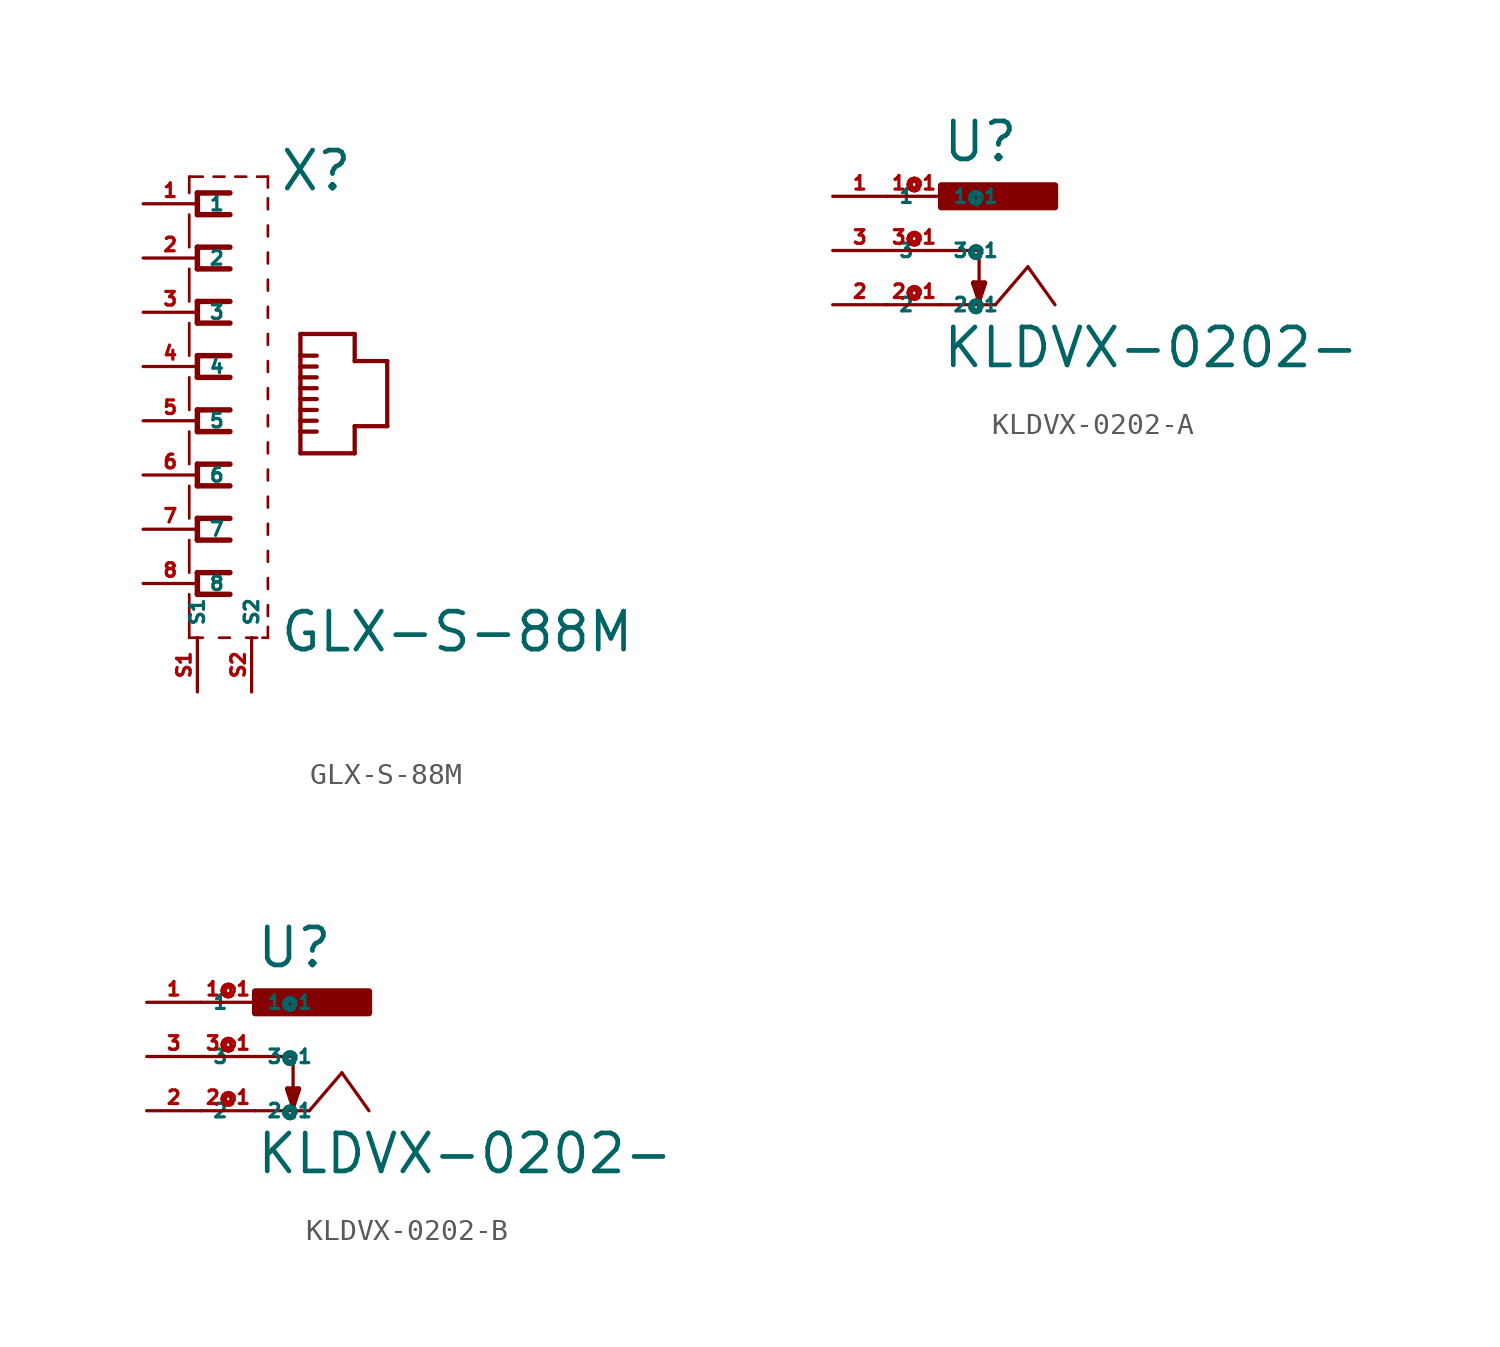
<source format=kicad_sym>
(kicad_symbol_lib
  (version 20220914)
  (generator Eagle2Kicad)
  (symbol "GLX-S-88M"
    (property "Reference" "X"
      (at 3.81 10.668 0)
      (effects (font (size 1.778 1.778) (thickness 0.22)) (justify left bottom)))
    (property "Value" "GLX-S-88M"
      (at 3.81 -10.922 0)
      (effects (font (size 1.778 1.778) (thickness 0.22)) (justify left bottom)))
    (polyline
      (pts (xy 1.524 10.668) (xy 0 10.668))
      (stroke (width 0.254) (type default))
      (fill (type none)))
    (polyline
      (pts (xy 0 10.668) (xy 0 9.652))
      (stroke (width 0.254) (type default))
      (fill (type none)))
    (polyline
      (pts (xy 0 9.652) (xy 1.524 9.652))
      (stroke (width 0.254) (type default))
      (fill (type none)))
    (polyline
      (pts (xy 1.524 8.128) (xy 0 8.128))
      (stroke (width 0.254) (type default))
      (fill (type none)))
    (polyline
      (pts (xy 0 8.128) (xy 0 7.112))
      (stroke (width 0.254) (type default))
      (fill (type none)))
    (polyline
      (pts (xy 0 7.112) (xy 1.524 7.112))
      (stroke (width 0.254) (type default))
      (fill (type none)))
    (polyline
      (pts (xy 1.524 5.588) (xy 0 5.588))
      (stroke (width 0.254) (type default))
      (fill (type none)))
    (polyline
      (pts (xy 0 5.588) (xy 0 4.572))
      (stroke (width 0.254) (type default))
      (fill (type none)))
    (polyline
      (pts (xy 0 4.572) (xy 1.524 4.572))
      (stroke (width 0.254) (type default))
      (fill (type none)))
    (polyline
      (pts (xy 1.524 3.048) (xy 0 3.048))
      (stroke (width 0.254) (type default))
      (fill (type none)))
    (polyline
      (pts (xy 0 3.048) (xy 0 2.032))
      (stroke (width 0.254) (type default))
      (fill (type none)))
    (polyline
      (pts (xy 0 2.032) (xy 1.524 2.032))
      (stroke (width 0.254) (type default))
      (fill (type none)))
    (polyline
      (pts (xy 1.524 0.508) (xy 0 0.508))
      (stroke (width 0.254) (type default))
      (fill (type none)))
    (polyline
      (pts (xy 0 0.508) (xy 0 -0.508))
      (stroke (width 0.254) (type default))
      (fill (type none)))
    (polyline
      (pts (xy 0 -0.508) (xy 1.524 -0.508))
      (stroke (width 0.254) (type default))
      (fill (type none)))
    (polyline
      (pts (xy 1.524 -2.032) (xy 0 -2.032))
      (stroke (width 0.254) (type default))
      (fill (type none)))
    (polyline
      (pts (xy 0 -2.032) (xy 0 -3.048))
      (stroke (width 0.254) (type default))
      (fill (type none)))
    (polyline
      (pts (xy 0 -3.048) (xy 1.524 -3.048))
      (stroke (width 0.254) (type default))
      (fill (type none)))
    (polyline
      (pts (xy 1.524 -4.572) (xy 0 -4.572))
      (stroke (width 0.254) (type default))
      (fill (type none)))
    (polyline
      (pts (xy 0 -4.572) (xy 0 -5.588))
      (stroke (width 0.254) (type default))
      (fill (type none)))
    (polyline
      (pts (xy 0 -5.588) (xy 1.524 -5.588))
      (stroke (width 0.254) (type default))
      (fill (type none)))
    (polyline
      (pts (xy 1.524 -7.112) (xy 0 -7.112))
      (stroke (width 0.254) (type default))
      (fill (type none)))
    (polyline
      (pts (xy 0 -7.112) (xy 0 -8.128))
      (stroke (width 0.254) (type default))
      (fill (type none)))
    (polyline
      (pts (xy 0 -8.128) (xy 1.524 -8.128))
      (stroke (width 0.254) (type default))
      (fill (type none)))
    (polyline
      (pts (xy -0.381 -10.16) (xy 0.254 -10.16))
      (stroke (width 0.127) (type default))
      (fill (type none)))
    (polyline
      (pts (xy 1.016 -10.16) (xy 1.524 -10.16))
      (stroke (width 0.127) (type default))
      (fill (type none)))
    (polyline
      (pts (xy 2.286 -10.16) (xy 2.794 -10.16))
      (stroke (width 0.127) (type default))
      (fill (type none)))
    (polyline
      (pts (xy 3.048 -10.16) (xy 3.302 -10.16))
      (stroke (width 0.127) (type default))
      (fill (type none)))
    (polyline
      (pts (xy 3.302 -10.16) (xy 3.302 -9.652))
      (stroke (width 0.127) (type default))
      (fill (type none)))
    (polyline
      (pts (xy 3.302 9.906) (xy 3.302 10.414))
      (stroke (width 0.127) (type default))
      (fill (type none)))
    (polyline
      (pts (xy 3.302 10.922) (xy 3.302 11.43))
      (stroke (width 0.127) (type default))
      (fill (type none)))
    (polyline
      (pts (xy 3.302 11.43) (xy 2.794 11.43))
      (stroke (width 0.127) (type default))
      (fill (type none)))
    (polyline
      (pts (xy 2.286 11.43) (xy 1.778 11.43))
      (stroke (width 0.127) (type default))
      (fill (type none)))
    (polyline
      (pts (xy 1.27 11.43) (xy 0.762 11.43))
      (stroke (width 0.127) (type default))
      (fill (type none)))
    (polyline
      (pts (xy 0.254 11.43) (xy -0.381 11.43))
      (stroke (width 0.127) (type default))
      (fill (type none)))
    (polyline
      (pts (xy -0.381 11.43) (xy -0.381 10.668))
      (stroke (width 0.127) (type default))
      (fill (type none)))
    (polyline
      (pts (xy -0.381 9.652) (xy -0.381 8.128))
      (stroke (width 0.127) (type default))
      (fill (type none)))
    (polyline
      (pts (xy -0.381 7.112) (xy -0.381 5.588))
      (stroke (width 0.127) (type default))
      (fill (type none)))
    (polyline
      (pts (xy -0.381 4.572) (xy -0.381 3.048))
      (stroke (width 0.127) (type default))
      (fill (type none)))
    (polyline
      (pts (xy -0.381 2.032) (xy -0.381 0.508))
      (stroke (width 0.127) (type default))
      (fill (type none)))
    (polyline
      (pts (xy -0.381 -0.508) (xy -0.381 -2.032))
      (stroke (width 0.127) (type default))
      (fill (type none)))
    (polyline
      (pts (xy -0.381 -3.048) (xy -0.381 -4.572))
      (stroke (width 0.127) (type default))
      (fill (type none)))
    (polyline
      (pts (xy -0.381 -5.588) (xy -0.381 -7.112))
      (stroke (width 0.127) (type default))
      (fill (type none)))
    (polyline
      (pts (xy -0.381 -8.128) (xy -0.381 -10.16))
      (stroke (width 0.127) (type default))
      (fill (type none)))
    (polyline
      (pts (xy 4.826 4.064) (xy 4.826 3.048))
      (stroke (width 0.2) (type default))
      (fill (type none)))
    (polyline
      (pts (xy 4.826 3.048) (xy 4.826 2.54))
      (stroke (width 0.2) (type default))
      (fill (type none)))
    (polyline
      (pts (xy 4.826 2.54) (xy 4.826 2.032))
      (stroke (width 0.2) (type default))
      (fill (type none)))
    (polyline
      (pts (xy 4.826 2.032) (xy 4.826 1.524))
      (stroke (width 0.2) (type default))
      (fill (type none)))
    (polyline
      (pts (xy 4.826 1.524) (xy 4.826 1.016))
      (stroke (width 0.2) (type default))
      (fill (type none)))
    (polyline
      (pts (xy 4.826 1.016) (xy 4.826 0.508))
      (stroke (width 0.2) (type default))
      (fill (type none)))
    (polyline
      (pts (xy 4.826 0.508) (xy 4.826 0))
      (stroke (width 0.2) (type default))
      (fill (type none)))
    (polyline
      (pts (xy 4.826 0) (xy 4.826 -0.508))
      (stroke (width 0.2) (type default))
      (fill (type none)))
    (polyline
      (pts (xy 4.826 -0.508) (xy 4.826 -1.524))
      (stroke (width 0.2) (type default))
      (fill (type none)))
    (polyline
      (pts (xy 4.826 -1.524) (xy 7.366 -1.524))
      (stroke (width 0.2) (type default))
      (fill (type none)))
    (polyline
      (pts (xy 7.366 -1.524) (xy 7.366 -0.254))
      (stroke (width 0.2) (type default))
      (fill (type none)))
    (polyline
      (pts (xy 7.366 -0.254) (xy 8.89 -0.254))
      (stroke (width 0.2) (type default))
      (fill (type none)))
    (polyline
      (pts (xy 8.89 -0.254) (xy 8.89 2.794))
      (stroke (width 0.2) (type default))
      (fill (type none)))
    (polyline
      (pts (xy 8.89 2.794) (xy 7.366 2.794))
      (stroke (width 0.2) (type default))
      (fill (type none)))
    (polyline
      (pts (xy 7.366 2.794) (xy 7.366 4.064))
      (stroke (width 0.2) (type default))
      (fill (type none)))
    (polyline
      (pts (xy 7.366 4.064) (xy 4.826 4.064))
      (stroke (width 0.2) (type default))
      (fill (type none)))
    (polyline
      (pts (xy 4.826 3.048) (xy 5.588 3.048))
      (stroke (width 0.2) (type default))
      (fill (type none)))
    (polyline
      (pts (xy 4.826 2.54) (xy 5.588 2.54))
      (stroke (width 0.2) (type default))
      (fill (type none)))
    (polyline
      (pts (xy 4.826 2.032) (xy 5.588 2.032))
      (stroke (width 0.2) (type default))
      (fill (type none)))
    (polyline
      (pts (xy 4.826 1.524) (xy 5.588 1.524))
      (stroke (width 0.2) (type default))
      (fill (type none)))
    (polyline
      (pts (xy 4.826 1.016) (xy 5.588 1.016))
      (stroke (width 0.2) (type default))
      (fill (type none)))
    (polyline
      (pts (xy 4.826 0.508) (xy 5.588 0.508))
      (stroke (width 0.2) (type default))
      (fill (type none)))
    (polyline
      (pts (xy 4.826 0) (xy 5.588 0))
      (stroke (width 0.2) (type default))
      (fill (type none)))
    (polyline
      (pts (xy 4.826 -0.508) (xy 5.588 -0.508))
      (stroke (width 0.2) (type default))
      (fill (type none)))
    (polyline
      (pts (xy 3.302 8.636) (xy 3.302 9.144))
      (stroke (width 0.127) (type default))
      (fill (type none)))
    (polyline
      (pts (xy 3.302 7.366) (xy 3.302 7.874))
      (stroke (width 0.127) (type default))
      (fill (type none)))
    (polyline
      (pts (xy 3.302 6.096) (xy 3.302 6.604))
      (stroke (width 0.127) (type default))
      (fill (type none)))
    (polyline
      (pts (xy 3.302 4.826) (xy 3.302 5.334))
      (stroke (width 0.127) (type default))
      (fill (type none)))
    (polyline
      (pts (xy 3.302 3.556) (xy 3.302 4.064))
      (stroke (width 0.127) (type default))
      (fill (type none)))
    (polyline
      (pts (xy 3.302 2.286) (xy 3.302 2.794))
      (stroke (width 0.127) (type default))
      (fill (type none)))
    (polyline
      (pts (xy 3.302 1.016) (xy 3.302 1.524))
      (stroke (width 0.127) (type default))
      (fill (type none)))
    (polyline
      (pts (xy 3.302 -0.254) (xy 3.302 0.254))
      (stroke (width 0.127) (type default))
      (fill (type none)))
    (polyline
      (pts (xy 3.302 -1.524) (xy 3.302 -1.016))
      (stroke (width 0.127) (type default))
      (fill (type none)))
    (polyline
      (pts (xy 3.302 -2.794) (xy 3.302 -2.286))
      (stroke (width 0.127) (type default))
      (fill (type none)))
    (polyline
      (pts (xy 3.302 -4.064) (xy 3.302 -3.556))
      (stroke (width 0.127) (type default))
      (fill (type none)))
    (polyline
      (pts (xy 3.302 -5.334) (xy 3.302 -4.826))
      (stroke (width 0.127) (type default))
      (fill (type none)))
    (polyline
      (pts (xy 3.302 -6.604) (xy 3.302 -6.096))
      (stroke (width 0.127) (type default))
      (fill (type none)))
    (polyline
      (pts (xy 3.302 -7.874) (xy 3.302 -7.366))
      (stroke (width 0.127) (type default))
      (fill (type none)))
    (polyline
      (pts (xy 3.302 -9.144) (xy 3.302 -8.636))
      (stroke (width 0.127) (type default))
      (fill (type none)))
    (pin passive line
      (at -2.54 10.16 0)
      (length 2.54)
      (name "1" (effects (font (size 0.635 0.635) (thickness 0.08)) (justify left bottom)))
      (number "1" (effects (font (size 0.635 0.635) (thickness 0.08)) (justify left bottom))))
    (pin passive line
      (at -2.54 7.62 0)
      (length 2.54)
      (name "2" (effects (font (size 0.635 0.635) (thickness 0.08)) (justify left bottom)))
      (number "2" (effects (font (size 0.635 0.635) (thickness 0.08)) (justify left bottom))))
    (pin passive line
      (at -2.54 5.08 0)
      (length 2.54)
      (name "3" (effects (font (size 0.635 0.635) (thickness 0.08)) (justify left bottom)))
      (number "3" (effects (font (size 0.635 0.635) (thickness 0.08)) (justify left bottom))))
    (pin passive line
      (at -2.54 2.54 0)
      (length 2.54)
      (name "4" (effects (font (size 0.635 0.635) (thickness 0.08)) (justify left bottom)))
      (number "4" (effects (font (size 0.635 0.635) (thickness 0.08)) (justify left bottom))))
    (pin passive line
      (at -2.54 0 0)
      (length 2.54)
      (name "5" (effects (font (size 0.635 0.635) (thickness 0.08)) (justify left bottom)))
      (number "5" (effects (font (size 0.635 0.635) (thickness 0.08)) (justify left bottom))))
    (pin passive line
      (at -2.54 -2.54 0)
      (length 2.54)
      (name "6" (effects (font (size 0.635 0.635) (thickness 0.08)) (justify left bottom)))
      (number "6" (effects (font (size 0.635 0.635) (thickness 0.08)) (justify left bottom))))
    (pin passive line
      (at -2.54 -5.08 0)
      (length 2.54)
      (name "7" (effects (font (size 0.635 0.635) (thickness 0.08)) (justify left bottom)))
      (number "7" (effects (font (size 0.635 0.635) (thickness 0.08)) (justify left bottom))))
    (pin passive line
      (at -2.54 -7.62 0)
      (length 2.54)
      (name "8" (effects (font (size 0.635 0.635) (thickness 0.08)) (justify left bottom)))
      (number "8" (effects (font (size 0.635 0.635) (thickness 0.08)) (justify left bottom))))
    (pin passive line
      (at 2.54 -12.7 90)
      (length 2.54)
      (name "S2" (effects (font (size 0.635 0.635) (thickness 0.08)) (justify left bottom)))
      (number "S2" (effects (font (size 0.635 0.635) (thickness 0.08)) (justify left bottom))))
    (pin passive line
      (at 0 -12.7 90)
      (length 2.54)
      (name "S1" (effects (font (size 0.635 0.635) (thickness 0.08)) (justify left bottom)))
      (number "S1" (effects (font (size 0.635 0.635) (thickness 0.08)) (justify left bottom)))))
  (symbol "KLDVX-0202-A"
    (property "Reference" "U"
      (at -2.54 4.064 0)
      (effects (font (size 1.778 1.778) (thickness 0.22)) (justify left bottom)))
    (property "Value" "KLDVX-0202-"
      (at -2.54 -5.588 0)
      (effects (font (size 1.778 1.778) (thickness 0.22)) (justify left bottom)))
    (polyline
      (pts (xy -2.54 -2.54) (xy 0 -2.54))
      (stroke (width 0.152) (type default))
      (fill (type none)))
    (polyline
      (pts (xy 0 -2.54) (xy 1.524 -0.762))
      (stroke (width 0.152) (type default))
      (fill (type none)))
    (polyline
      (pts (xy 1.524 -0.762) (xy 2.794 -2.54))
      (stroke (width 0.152) (type default))
      (fill (type none)))
    (polyline
      (pts (xy -2.54 0) (xy -0.762 0))
      (stroke (width 0.152) (type default))
      (fill (type none)))
    (polyline
      (pts (xy -0.762 0) (xy -0.762 -2.286))
      (stroke (width 0.152) (type default))
      (fill (type none)))
    (polyline
      (pts (xy -0.762 -2.286) (xy -0.508 -1.524))
      (stroke (width 0.254) (type default))
      (fill (type none)))
    (polyline
      (pts (xy -0.508 -1.524) (xy -1.016 -1.524))
      (stroke (width 0.254) (type default))
      (fill (type none)))
    (polyline
      (pts (xy -1.016 -1.524) (xy -0.762 -2.286))
      (stroke (width 0.254) (type default))
      (fill (type none)))
    (rectangle
      (start -2.54 2.032)
      (end 2.794 3.048)
      (stroke (width 0.3) (type default))
      (fill (type outline)))
    (pin passive line
      (at -7.62 2.54 0)
      (length 2.54)
      (name "1" (effects (font (size 0.635 0.635) (thickness 0.08)) (justify left bottom)))
      (number "1" (effects (font (size 0.635 0.635) (thickness 0.08)) (justify left bottom))))
    (pin passive line
      (at -7.62 -2.54 0)
      (length 2.54)
      (name "2" (effects (font (size 0.635 0.635) (thickness 0.08)) (justify left bottom)))
      (number "2" (effects (font (size 0.635 0.635) (thickness 0.08)) (justify left bottom))))
    (pin passive line
      (at -7.62 0 0)
      (length 2.54)
      (name "3" (effects (font (size 0.635 0.635) (thickness 0.08)) (justify left bottom)))
      (number "3" (effects (font (size 0.635 0.635) (thickness 0.08)) (justify left bottom))))
    (pin passive line
      (at -5.08 2.54 0)
      (length 2.54)
      (name "1@1" (effects (font (size 0.635 0.635) (thickness 0.08)) (justify left bottom)))
      (number "1@1" (effects (font (size 0.635 0.635) (thickness 0.08)) (justify left bottom))))
    (pin passive line
      (at -5.08 0 0)
      (length 2.54)
      (name "3@1" (effects (font (size 0.635 0.635) (thickness 0.08)) (justify left bottom)))
      (number "3@1" (effects (font (size 0.635 0.635) (thickness 0.08)) (justify left bottom))))
    (pin passive line
      (at -5.08 -2.54 0)
      (length 2.54)
      (name "2@1" (effects (font (size 0.635 0.635) (thickness 0.08)) (justify left bottom)))
      (number "2@1" (effects (font (size 0.635 0.635) (thickness 0.08)) (justify left bottom)))))
  (symbol "KLDVX-0202-B"
    (property "Reference" "U"
      (at -2.54 4.064 0)
      (effects (font (size 1.778 1.778) (thickness 0.22)) (justify left bottom)))
    (property "Value" "KLDVX-0202-"
      (at -2.54 -5.588 0)
      (effects (font (size 1.778 1.778) (thickness 0.22)) (justify left bottom)))
    (polyline
      (pts (xy -2.54 -2.54) (xy 0 -2.54))
      (stroke (width 0.152) (type default))
      (fill (type none)))
    (polyline
      (pts (xy 0 -2.54) (xy 1.524 -0.762))
      (stroke (width 0.152) (type default))
      (fill (type none)))
    (polyline
      (pts (xy 1.524 -0.762) (xy 2.794 -2.54))
      (stroke (width 0.152) (type default))
      (fill (type none)))
    (polyline
      (pts (xy -2.54 0) (xy -0.762 0))
      (stroke (width 0.152) (type default))
      (fill (type none)))
    (polyline
      (pts (xy -0.762 0) (xy -0.762 -2.286))
      (stroke (width 0.152) (type default))
      (fill (type none)))
    (polyline
      (pts (xy -0.762 -2.286) (xy -0.508 -1.524))
      (stroke (width 0.254) (type default))
      (fill (type none)))
    (polyline
      (pts (xy -0.508 -1.524) (xy -1.016 -1.524))
      (stroke (width 0.254) (type default))
      (fill (type none)))
    (polyline
      (pts (xy -1.016 -1.524) (xy -0.762 -2.286))
      (stroke (width 0.254) (type default))
      (fill (type none)))
    (rectangle
      (start -2.54 2.032)
      (end 2.794 3.048)
      (stroke (width 0.3) (type default))
      (fill (type outline)))
    (pin passive line
      (at -7.62 2.54 0)
      (length 2.54)
      (name "1" (effects (font (size 0.635 0.635) (thickness 0.08)) (justify left bottom)))
      (number "1" (effects (font (size 0.635 0.635) (thickness 0.08)) (justify left bottom))))
    (pin passive line
      (at -7.62 -2.54 0)
      (length 2.54)
      (name "2" (effects (font (size 0.635 0.635) (thickness 0.08)) (justify left bottom)))
      (number "2" (effects (font (size 0.635 0.635) (thickness 0.08)) (justify left bottom))))
    (pin passive line
      (at -7.62 0 0)
      (length 2.54)
      (name "3" (effects (font (size 0.635 0.635) (thickness 0.08)) (justify left bottom)))
      (number "3" (effects (font (size 0.635 0.635) (thickness 0.08)) (justify left bottom))))
    (pin passive line
      (at -5.08 2.54 0)
      (length 2.54)
      (name "1@1" (effects (font (size 0.635 0.635) (thickness 0.08)) (justify left bottom)))
      (number "1@1" (effects (font (size 0.635 0.635) (thickness 0.08)) (justify left bottom))))
    (pin passive line
      (at -5.08 0 0)
      (length 2.54)
      (name "3@1" (effects (font (size 0.635 0.635) (thickness 0.08)) (justify left bottom)))
      (number "3@1" (effects (font (size 0.635 0.635) (thickness 0.08)) (justify left bottom))))
    (pin passive line
      (at -5.08 -2.54 0)
      (length 2.54)
      (name "2@1" (effects (font (size 0.635 0.635) (thickness 0.08)) (justify left bottom)))
      (number "2@1" (effects (font (size 0.635 0.635) (thickness 0.08)) (justify left bottom))))))
</source>
